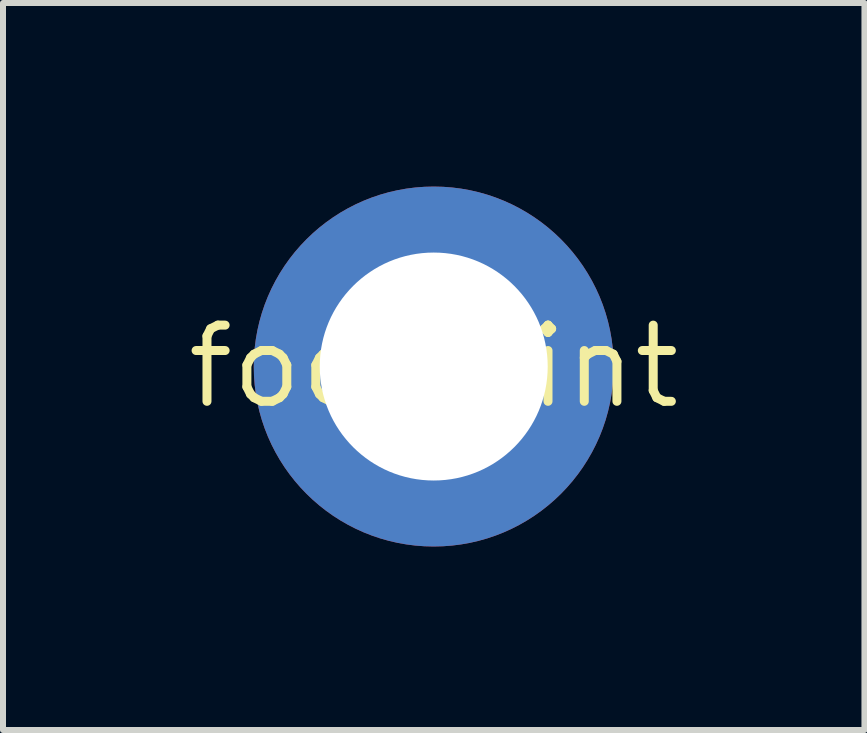
<source format=kicad_pcb>
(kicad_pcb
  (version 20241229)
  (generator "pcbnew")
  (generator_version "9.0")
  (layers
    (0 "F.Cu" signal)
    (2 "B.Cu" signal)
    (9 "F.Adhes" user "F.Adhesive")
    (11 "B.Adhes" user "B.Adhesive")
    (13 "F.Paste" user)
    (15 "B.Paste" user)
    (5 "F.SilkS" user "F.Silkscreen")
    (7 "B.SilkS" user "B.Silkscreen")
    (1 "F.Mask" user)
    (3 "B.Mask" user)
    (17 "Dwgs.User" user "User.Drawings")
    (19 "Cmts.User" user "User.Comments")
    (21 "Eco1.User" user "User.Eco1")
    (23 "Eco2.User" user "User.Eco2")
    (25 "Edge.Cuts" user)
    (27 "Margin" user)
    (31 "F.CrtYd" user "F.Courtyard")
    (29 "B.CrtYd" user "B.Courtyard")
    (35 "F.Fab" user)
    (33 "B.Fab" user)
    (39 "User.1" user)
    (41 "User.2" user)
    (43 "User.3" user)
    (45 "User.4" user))
  (footprint "footprint"
    (layer "F.Cu")
    (at 4.18 3.06)
    (property "Reference" "footprint" (at 0 0 0) (layer "F.SilkS") (effects (font (size 1.27 1.27) (thickness 0.15))))
    (fp_poly (pts (xy -1.713 0.865) (xy -1.596 1.079) (xy -1.45 1.276) (xy -1.276 1.45) (xy -1.079 1.596) (xy -0.863 1.714) (xy -0.633 1.799) (xy 0.073 1.95) (xy -0.35 1.95) (xy -0.35 3.06) (xy -0.737 2.992) (xy -1.059 2.898) (xy -1.369 2.768) (xy -1.662 2.605) (xy -1.936 2.41) (xy -2.186 2.186) (xy -2.41 1.936) (xy -2.605 1.662) (xy -2.768 1.369) (xy -2.898 1.059) (xy -2.992 0.737) (xy -3.049 0.409) (xy -3 0.4) (xy -3 0.35) (xy -1.862 0.35)) (stroke (width 0) (type solid)) (fill yes) (layer "F.Paste"))
    (fp_poly (pts (xy -0.4 -3) (xy -0.35 -3) (xy -0.35 -1.862) (xy -0.865 -1.713) (xy -1.079 -1.596) (xy -1.276 -1.45) (xy -1.45 -1.276) (xy -1.596 -1.079) (xy -1.714 -0.863) (xy -1.799 -0.633) (xy -1.95 0.073) (xy -1.95 -0.35) (xy -3.06 -0.35) (xy -2.992 -0.737) (xy -2.898 -1.059) (xy -2.768 -1.369) (xy -2.605 -1.662) (xy -2.41 -1.936) (xy -2.186 -2.186) (xy -1.936 -2.41) (xy -1.662 -2.605) (xy -1.369 -2.768) (xy -1.059 -2.898) (xy -0.737 -2.992) (xy -0.409 -3.049)) (stroke (width 0) (type solid)) (fill yes) (layer "F.Paste"))
    (fp_poly (pts (xy 0.35 1.86) (xy 0.633 1.799) (xy 0.863 1.714) (xy 1.079 1.596) (xy 1.276 1.45) (xy 1.45 1.276) (xy 1.596 1.079) (xy 1.714 0.863) (xy 1.799 0.633) (xy 1.95 -0.073) (xy 1.95 0.35) (xy 3.06 0.35) (xy 2.992 0.737) (xy 2.898 1.059) (xy 2.768 1.369) (xy 2.605 1.662) (xy 2.41 1.936) (xy 2.186 2.186) (xy 1.936 2.41) (xy 1.662 2.605) (xy 1.369 2.768) (xy 1.059 2.898) (xy 0.737 2.992) (xy 0.409 3.049) (xy 0.4 3) (xy 0.35 3)) (stroke (width 0) (type solid)) (fill yes) (layer "F.Paste"))
    (fp_poly (pts (xy 0.737 -2.992) (xy 1.059 -2.898) (xy 1.369 -2.768) (xy 1.662 -2.605) (xy 1.936 -2.41) (xy 2.186 -2.186) (xy 2.41 -1.936) (xy 2.605 -1.662) (xy 2.768 -1.369) (xy 2.898 -1.059) (xy 2.992 -0.737) (xy 3.049 -0.409) (xy 3 -0.4) (xy 3 -0.35) (xy 1.86 -0.35) (xy 1.799 -0.633) (xy 1.714 -0.863) (xy 1.596 -1.079) (xy 1.45 -1.276) (xy 1.276 -1.45) (xy 1.079 -1.596) (xy 0.863 -1.714) (xy 0.633 -1.799) (xy -0.073 -1.95) (xy 0.35 -1.95) (xy 0.35 -3.06)) (stroke (width 0) (type solid)) (fill yes) (layer "F.Paste"))
    (pad "1" thru_hole circle (at 0 0) (size 6 6) (drill 3.8) (layers "*.Cu" "*.Mask")))
  (gr_rect
    (start -3 -3)
    (end 11.36 9.119)
    (stroke (width 0.1) (type default))
    (fill no)
    (layer "Edge.Cuts")))
</source>
